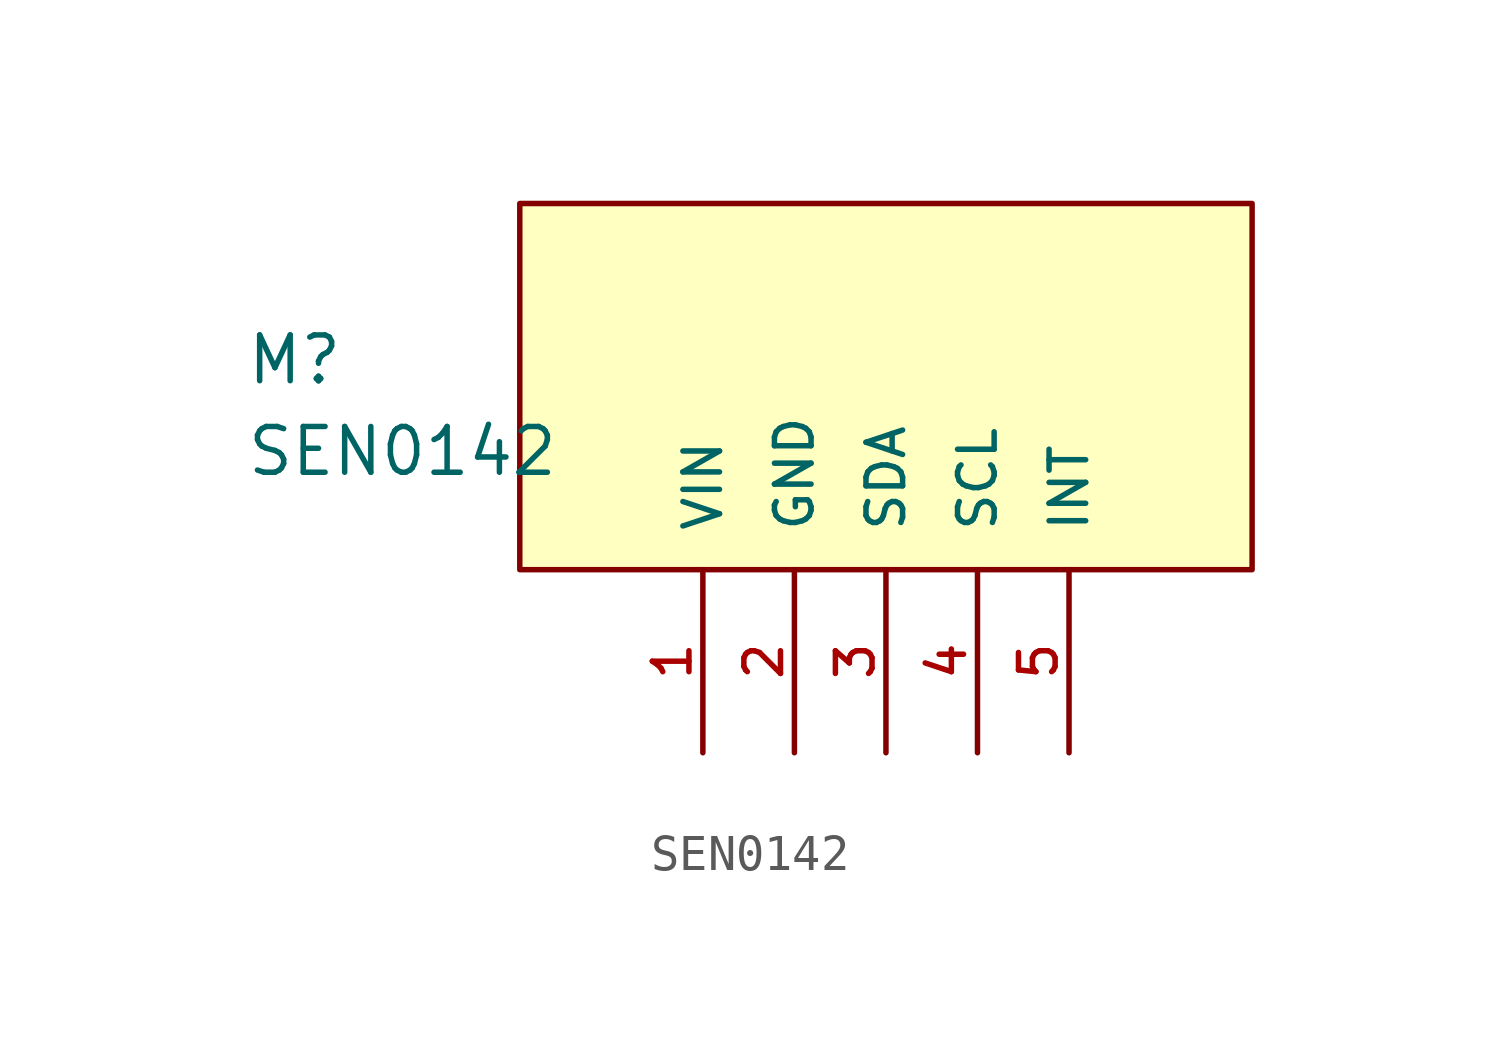
<source format=kicad_sym>
(kicad_symbol_lib
  (version 20211014)
  (generator kicad_symbol_editor)
  (symbol "SEN0142"
    (pin_names
      (offset 1.016))
    (property "Reference" "M"
      (at -17.78 2.54 0)
      (effects (font (size 1.27 1.27)) (justify bottom left)))
    (property "Value" "SEN0142"
      (at -17.78 0.0 0)
      (effects (font (size 1.27 1.27)) (justify bottom left)))
    (symbol "SEN0142_0_0"
      (rectangle (start -10.16 -2.54) (end 10.16 7.62) (stroke (width 0.152)) (fill (type background)))
      (pin bidirectional line (at 0.0 -7.62 90.0) (length 5.08) (name "SDA" (effects (font (size 1.016 1.016)))) (number "3" (effects (font (size 1.016 1.016)))))
      (pin bidirectional line (at 2.54 -7.62 90.0) (length 5.08) (name "SCL" (effects (font (size 1.016 1.016)))) (number "4" (effects (font (size 1.016 1.016)))))
      (pin bidirectional line (at 5.08 -7.62 90.0) (length 5.08) (name "INT" (effects (font (size 1.016 1.016)))) (number "5" (effects (font (size 1.016 1.016)))))
      (pin bidirectional line (at -2.54 -7.62 90.0) (length 5.08) (name "GND" (effects (font (size 1.016 1.016)))) (number "2" (effects (font (size 1.016 1.016)))))
      (pin bidirectional line (at -5.08 -7.62 90.0) (length 5.08) (name "VIN" (effects (font (size 1.016 1.016)))) (number "1" (effects (font (size 1.016 1.016))))))))
</source>
